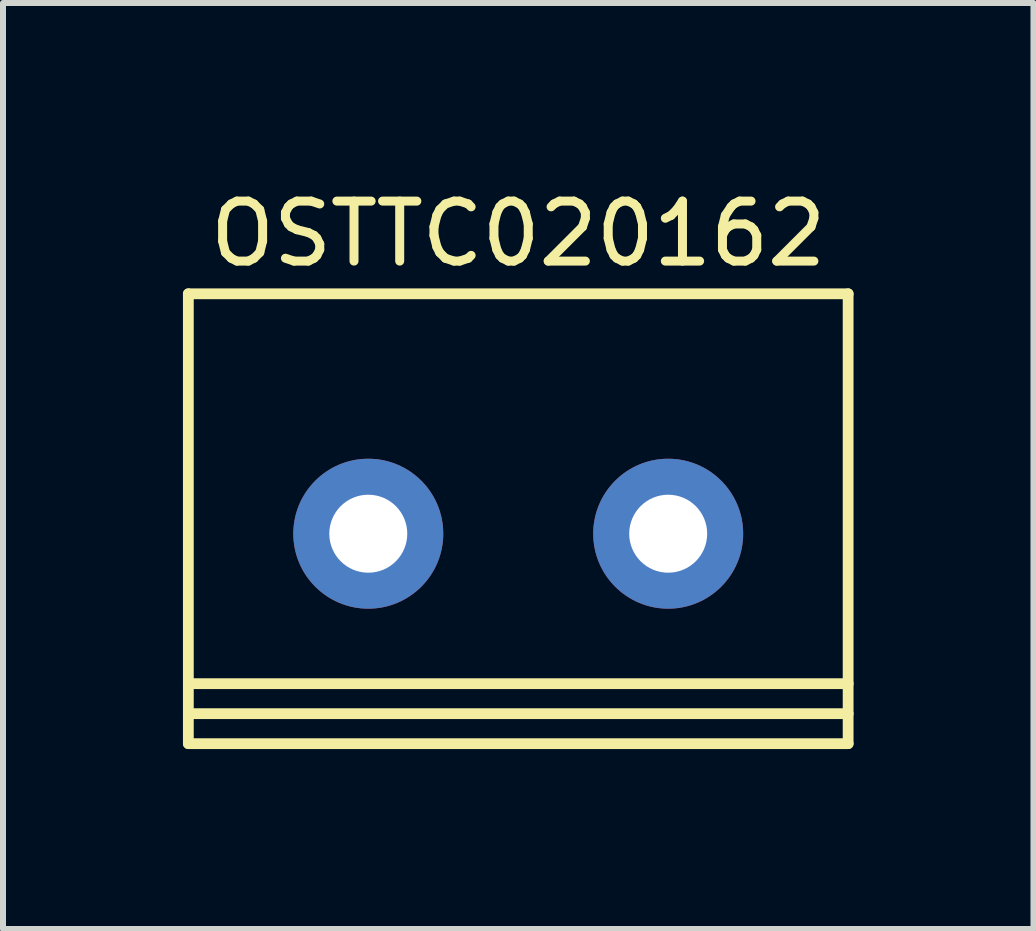
<source format=kicad_pcb>
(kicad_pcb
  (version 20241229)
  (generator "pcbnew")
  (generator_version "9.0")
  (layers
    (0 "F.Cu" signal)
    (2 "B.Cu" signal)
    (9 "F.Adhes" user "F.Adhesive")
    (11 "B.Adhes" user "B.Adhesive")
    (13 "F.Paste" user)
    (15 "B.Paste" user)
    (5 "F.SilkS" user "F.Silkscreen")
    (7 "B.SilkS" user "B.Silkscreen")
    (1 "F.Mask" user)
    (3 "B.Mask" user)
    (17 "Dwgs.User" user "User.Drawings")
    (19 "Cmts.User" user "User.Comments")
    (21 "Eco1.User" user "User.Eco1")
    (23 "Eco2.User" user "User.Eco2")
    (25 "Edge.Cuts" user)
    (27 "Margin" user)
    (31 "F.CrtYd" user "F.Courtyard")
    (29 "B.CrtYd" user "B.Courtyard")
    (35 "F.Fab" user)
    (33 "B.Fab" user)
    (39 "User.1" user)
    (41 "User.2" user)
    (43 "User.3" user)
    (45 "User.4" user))
  (footprint "OSTTC020162"
    (layer "F.Cu")
    (at 5.59 5.848)
    (property "Reference" "OSTTC020162" (at 0 -5 0) (layer "F.SilkS") (effects (font (size 1 1) (thickness 0.15))))
    (attr through_hole)
    (fp_line (start -5.5 -4) (end 5.5 -4) (stroke (width 0.18) (type solid)) (layer "F.SilkS"))
    (fp_line (start -5.5 2.5) (end 5.5 2.5) (stroke (width 0.18) (type solid)) (layer "F.SilkS"))
    (fp_line (start -5.5 3) (end 5.5 3) (stroke (width 0.18) (type solid)) (layer "F.SilkS"))
    (fp_line (start -5.5 3.5) (end -5.5 -4) (stroke (width 0.18) (type solid)) (layer "F.SilkS"))
    (fp_line (start 5.5 -4) (end 5.5 3.5) (stroke (width 0.18) (type solid)) (layer "F.SilkS"))
    (fp_line (start 5.5 3.5) (end -5.5 3.5) (stroke (width 0.18) (type solid)) (layer "F.SilkS"))
    (pad "1" thru_hole circle (at -2.5 0) (size 2.5 2.5) (drill 1.3) (layers "*.Cu" "*.Mask"))
    (pad "2" thru_hole circle (at 2.5 0) (size 2.5 2.5) (drill 1.3) (layers "*.Cu" "*.Mask")))
  (gr_rect
    (start -3 -3)
    (end 14.18 12.438)
    (stroke (width 0.1) (type default))
    (fill no)
    (layer "Edge.Cuts")))
</source>
